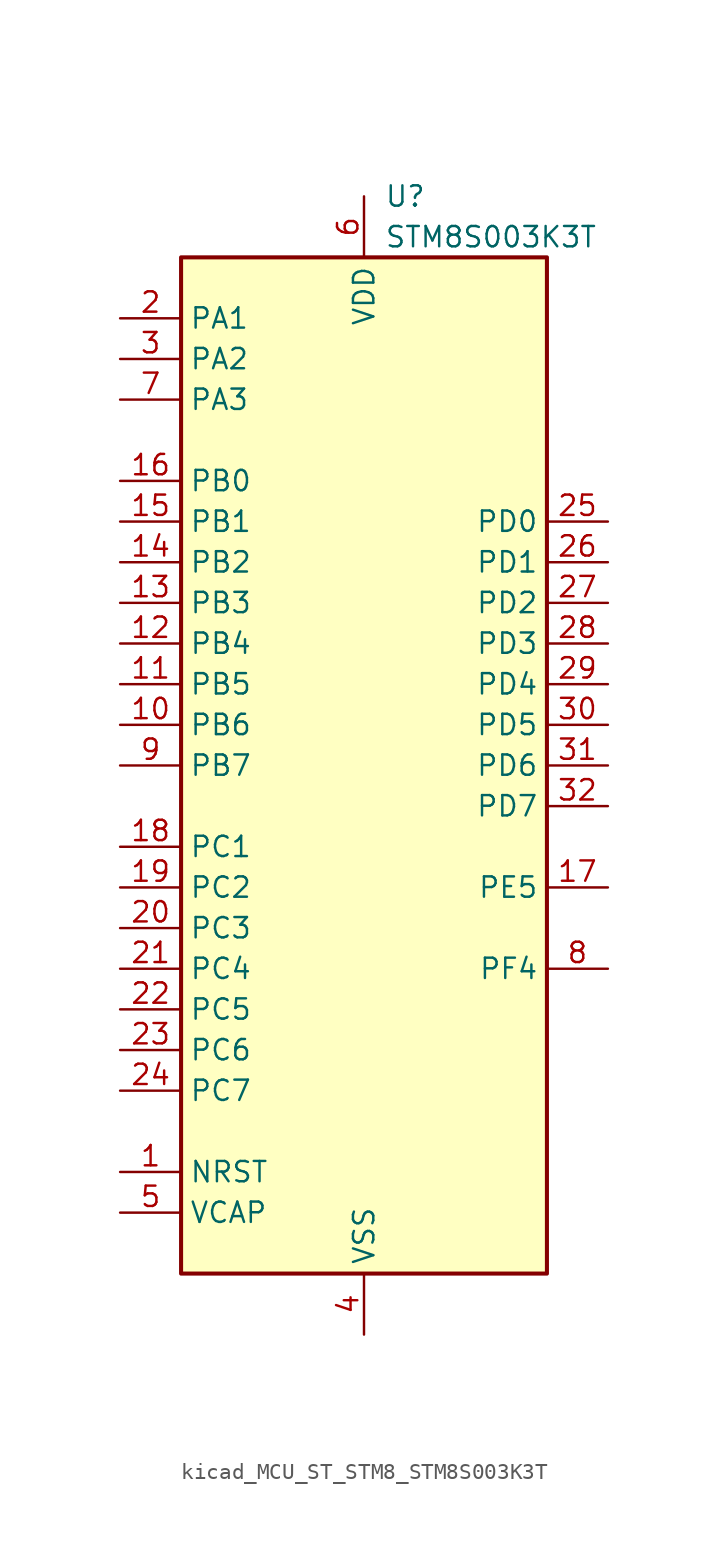
<source format=kicad_sym>
(kicad_symbol_lib
  (version 20220914)
  (generator kicad_symbol_editor)
  (symbol "kicad_MCU_ST_STM8_STM8S003K3T"
    (property "Reference" "U"
      (at 1.27 35.56 0)
      (effects (font (size 1.27 1.27)) (justify left)))
    (property "Value" "STM8S003K3T"
      (at 1.27 33.02 0)
      (effects (font (size 1.27 1.27)) (justify left)))
    (symbol "kicad_MCU_ST_STM8_STM8S003K3T_0_1"
      (rectangle (start -11.43 31.75) (end 11.43 -31.75) (stroke (width 0.254) (type default)) (fill (type background))))
    (symbol "kicad_MCU_ST_STM8_STM8S003K3T_1_1"
      (pin input line (at -15.24 -25.4 0) (length 3.81) (name "NRST" (effects (font (size 1.27 1.27)))) (number "1" (effects (font (size 1.27 1.27)))))
      (pin bidirectional line (at -15.24 2.54 0) (length 3.81) (name "PB6" (effects (font (size 1.27 1.27)))) (number "10" (effects (font (size 1.27 1.27)))))
      (pin bidirectional line (at -15.24 5.08 0) (length 3.81) (name "PB5" (effects (font (size 1.27 1.27)))) (number "11" (effects (font (size 1.27 1.27)))))
      (pin bidirectional line (at -15.24 7.62 0) (length 3.81) (name "PB4" (effects (font (size 1.27 1.27)))) (number "12" (effects (font (size 1.27 1.27)))))
      (pin bidirectional line (at -15.24 10.16 0) (length 3.81) (name "PB3" (effects (font (size 1.27 1.27)))) (number "13" (effects (font (size 1.27 1.27)))))
      (pin bidirectional line (at -15.24 12.7 0) (length 3.81) (name "PB2" (effects (font (size 1.27 1.27)))) (number "14" (effects (font (size 1.27 1.27)))))
      (pin bidirectional line (at -15.24 15.24 0) (length 3.81) (name "PB1" (effects (font (size 1.27 1.27)))) (number "15" (effects (font (size 1.27 1.27)))))
      (pin bidirectional line (at -15.24 17.78 0) (length 3.81) (name "PB0" (effects (font (size 1.27 1.27)))) (number "16" (effects (font (size 1.27 1.27)))))
      (pin bidirectional line (at 15.24 -7.62 180) (length 3.81) (name "PE5" (effects (font (size 1.27 1.27)))) (number "17" (effects (font (size 1.27 1.27)))))
      (pin bidirectional line (at -15.24 -5.08 0) (length 3.81) (name "PC1" (effects (font (size 1.27 1.27)))) (number "18" (effects (font (size 1.27 1.27)))))
      (pin bidirectional line (at -15.24 -7.62 0) (length 3.81) (name "PC2" (effects (font (size 1.27 1.27)))) (number "19" (effects (font (size 1.27 1.27)))))
      (pin bidirectional line (at -15.24 27.94 0) (length 3.81) (name "PA1" (effects (font (size 1.27 1.27)))) (number "2" (effects (font (size 1.27 1.27)))))
      (pin bidirectional line (at -15.24 -10.16 0) (length 3.81) (name "PC3" (effects (font (size 1.27 1.27)))) (number "20" (effects (font (size 1.27 1.27)))))
      (pin bidirectional line (at -15.24 -12.7 0) (length 3.81) (name "PC4" (effects (font (size 1.27 1.27)))) (number "21" (effects (font (size 1.27 1.27)))))
      (pin bidirectional line (at -15.24 -15.24 0) (length 3.81) (name "PC5" (effects (font (size 1.27 1.27)))) (number "22" (effects (font (size 1.27 1.27)))))
      (pin bidirectional line (at -15.24 -17.78 0) (length 3.81) (name "PC6" (effects (font (size 1.27 1.27)))) (number "23" (effects (font (size 1.27 1.27)))))
      (pin bidirectional line (at -15.24 -20.32 0) (length 3.81) (name "PC7" (effects (font (size 1.27 1.27)))) (number "24" (effects (font (size 1.27 1.27)))))
      (pin bidirectional line (at 15.24 15.24 180) (length 3.81) (name "PD0" (effects (font (size 1.27 1.27)))) (number "25" (effects (font (size 1.27 1.27)))))
      (pin bidirectional line (at 15.24 12.7 180) (length 3.81) (name "PD1" (effects (font (size 1.27 1.27)))) (number "26" (effects (font (size 1.27 1.27)))))
      (pin bidirectional line (at 15.24 10.16 180) (length 3.81) (name "PD2" (effects (font (size 1.27 1.27)))) (number "27" (effects (font (size 1.27 1.27)))))
      (pin bidirectional line (at 15.24 7.62 180) (length 3.81) (name "PD3" (effects (font (size 1.27 1.27)))) (number "28" (effects (font (size 1.27 1.27)))))
      (pin bidirectional line (at 15.24 5.08 180) (length 3.81) (name "PD4" (effects (font (size 1.27 1.27)))) (number "29" (effects (font (size 1.27 1.27)))))
      (pin bidirectional line (at -15.24 25.4 0) (length 3.81) (name "PA2" (effects (font (size 1.27 1.27)))) (number "3" (effects (font (size 1.27 1.27)))))
      (pin bidirectional line (at 15.24 2.54 180) (length 3.81) (name "PD5" (effects (font (size 1.27 1.27)))) (number "30" (effects (font (size 1.27 1.27)))))
      (pin bidirectional line (at 15.24 0 180) (length 3.81) (name "PD6" (effects (font (size 1.27 1.27)))) (number "31" (effects (font (size 1.27 1.27)))))
      (pin bidirectional line (at 15.24 -2.54 180) (length 3.81) (name "PD7" (effects (font (size 1.27 1.27)))) (number "32" (effects (font (size 1.27 1.27)))))
      (pin power_in line (at 0 -35.56 90) (length 3.81) (name "VSS" (effects (font (size 1.27 1.27)))) (number "4" (effects (font (size 1.27 1.27)))))
      (pin input line (at -15.24 -27.94 0) (length 3.81) (name "VCAP" (effects (font (size 1.27 1.27)))) (number "5" (effects (font (size 1.27 1.27)))))
      (pin power_in line (at 0 35.56 270) (length 3.81) (name "VDD" (effects (font (size 1.27 1.27)))) (number "6" (effects (font (size 1.27 1.27)))))
      (pin bidirectional line (at -15.24 22.86 0) (length 3.81) (name "PA3" (effects (font (size 1.27 1.27)))) (number "7" (effects (font (size 1.27 1.27)))))
      (pin bidirectional line (at 15.24 -12.7 180) (length 3.81) (name "PF4" (effects (font (size 1.27 1.27)))) (number "8" (effects (font (size 1.27 1.27)))))
      (pin bidirectional line (at -15.24 0 0) (length 3.81) (name "PB7" (effects (font (size 1.27 1.27)))) (number "9" (effects (font (size 1.27 1.27))))))))
</source>
